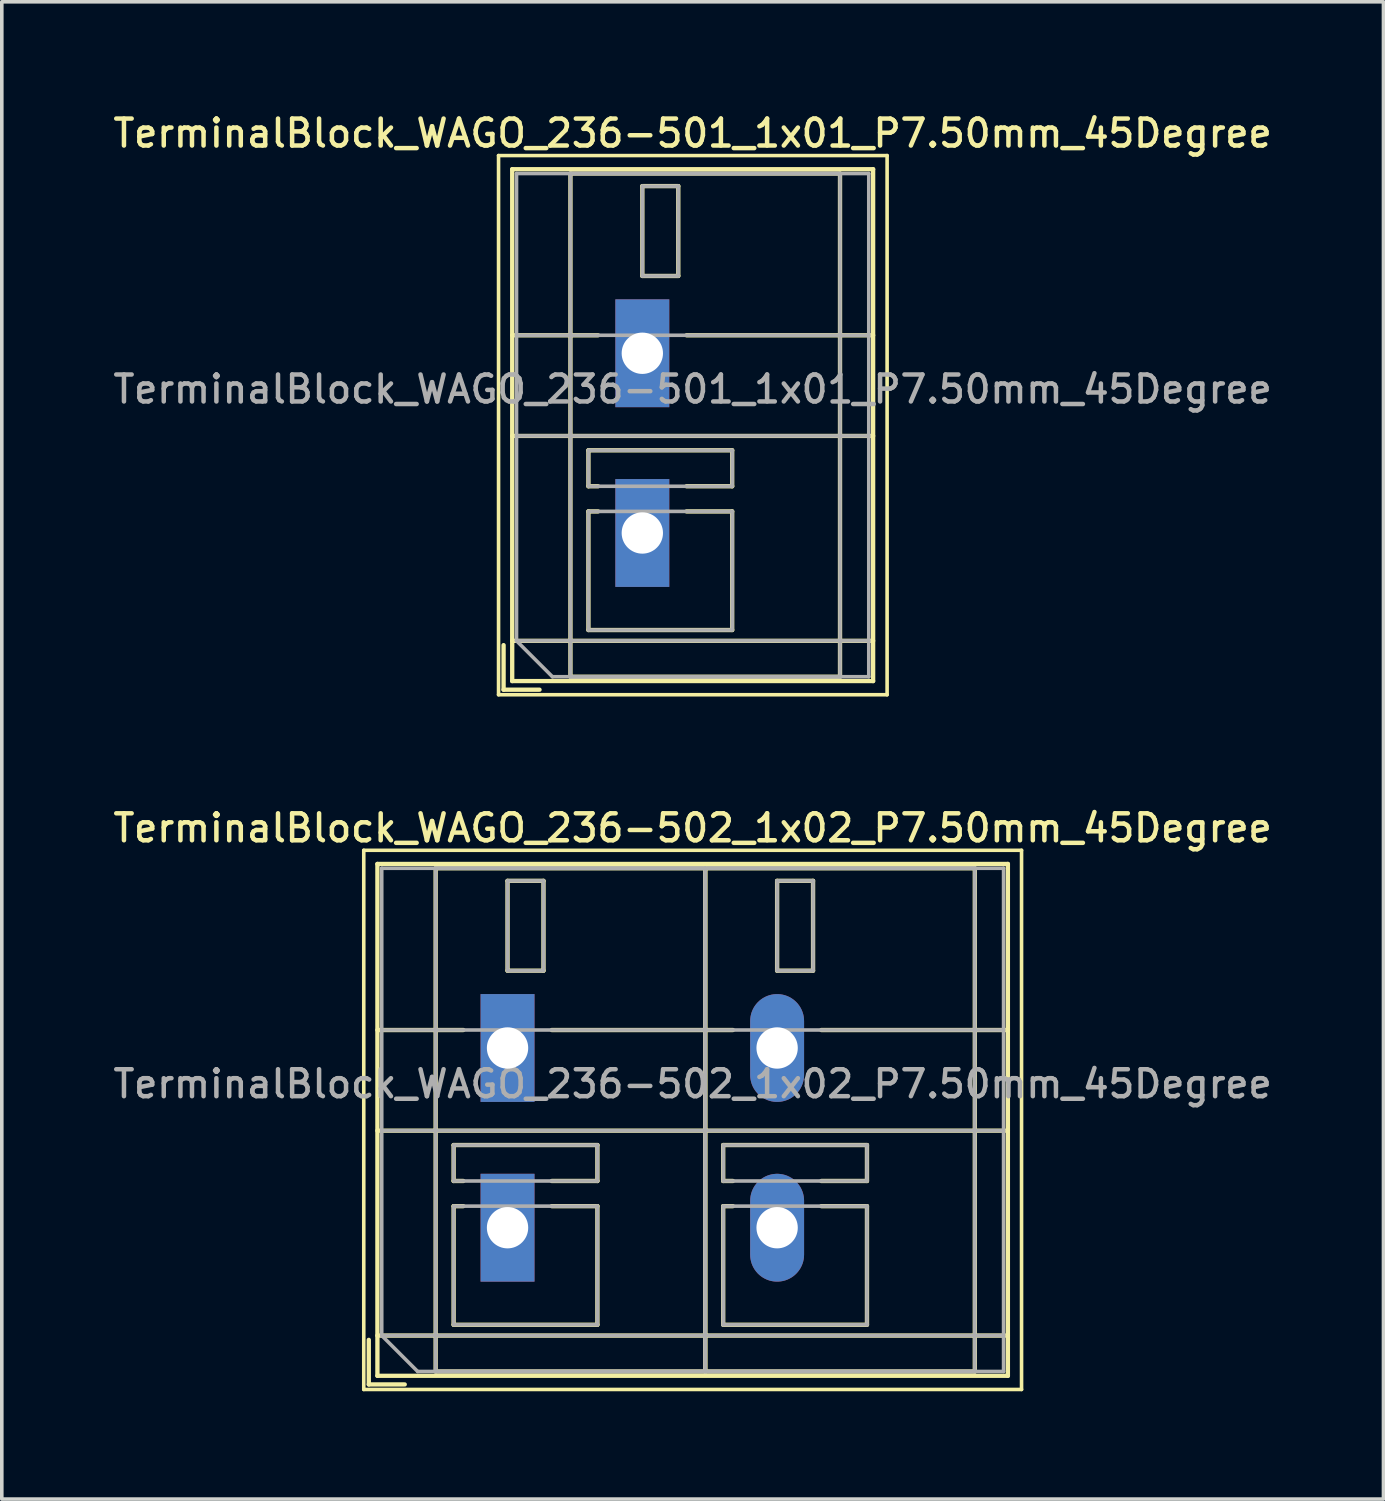
<source format=kicad_pcb>
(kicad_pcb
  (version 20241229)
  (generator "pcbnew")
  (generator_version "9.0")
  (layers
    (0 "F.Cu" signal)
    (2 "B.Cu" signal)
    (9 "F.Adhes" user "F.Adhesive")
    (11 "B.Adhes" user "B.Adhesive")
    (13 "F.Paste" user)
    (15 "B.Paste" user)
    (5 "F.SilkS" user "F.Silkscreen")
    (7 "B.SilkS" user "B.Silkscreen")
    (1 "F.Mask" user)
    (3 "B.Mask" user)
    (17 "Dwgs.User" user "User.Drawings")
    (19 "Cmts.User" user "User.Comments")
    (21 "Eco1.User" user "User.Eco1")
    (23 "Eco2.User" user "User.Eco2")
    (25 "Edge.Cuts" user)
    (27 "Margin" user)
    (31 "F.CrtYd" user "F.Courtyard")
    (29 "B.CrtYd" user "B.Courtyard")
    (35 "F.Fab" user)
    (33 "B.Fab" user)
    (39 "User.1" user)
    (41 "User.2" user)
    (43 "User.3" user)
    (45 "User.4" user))
  (footprint "TerminalBlock_WAGO_236-502_1x02_P7.50mm_45Degree"
    (layer "F.Cu")
    (at 11.07 26.106)
    (property "Reference" "TerminalBlock_WAGO_236-502_1x02_P7.50mm_45Degree" (at 5.15 -6.12 0) (layer "F.SilkS") (effects (font (size 0.75 0.75) (thickness 0.125))))
    (attr through_hole)
    (fp_line (start -4 -5.5) (end -4 9.5) (stroke (width 0.1) (type solid)) (layer "F.SilkS"))
    (fp_line (start -4 9.5) (end 14.3 9.5) (stroke (width 0.1) (type solid)) (layer "F.SilkS"))
    (fp_line (start -3.86 8.12) (end -3.86 9.36) (stroke (width 0.12) (type solid)) (layer "F.SilkS"))
    (fp_line (start -3.86 9.36) (end -2.86 9.36) (stroke (width 0.12) (type solid)) (layer "F.SilkS"))
    (fp_line (start -3.62 -5.12) (end -3.62 9.12) (stroke (width 0.12) (type solid)) (layer "F.SilkS"))
    (fp_line (start -3.62 -5.12) (end 13.92 -5.12) (stroke (width 0.12) (type solid)) (layer "F.SilkS"))
    (fp_line (start -3.62 -0.5) (end -1.23 -0.5) (stroke (width 0.12) (type solid)) (layer "F.SilkS"))
    (fp_line (start -3.62 2.3) (end 13.92 2.3) (stroke (width 0.12) (type solid)) (layer "F.SilkS"))
    (fp_line (start -3.62 8) (end 13.92 8) (stroke (width 0.12) (type solid)) (layer "F.SilkS"))
    (fp_line (start -3.62 9.12) (end 13.92 9.12) (stroke (width 0.12) (type solid)) (layer "F.SilkS"))
    (fp_line (start -2 -5) (end -2 9) (stroke (width 0.12) (type solid)) (layer "F.SilkS"))
    (fp_line (start -2 -5) (end 5.5 -5) (stroke (width 0.12) (type solid)) (layer "F.SilkS"))
    (fp_line (start -2 9) (end 5.5 9) (stroke (width 0.12) (type solid)) (layer "F.SilkS"))
    (fp_line (start -1.5 2.7) (end -1.5 3.7) (stroke (width 0.12) (type solid)) (layer "F.SilkS"))
    (fp_line (start -1.5 2.7) (end 2.5 2.7) (stroke (width 0.12) (type solid)) (layer "F.SilkS"))
    (fp_line (start -1.5 3.7) (end -1.23 3.7) (stroke (width 0.12) (type solid)) (layer "F.SilkS"))
    (fp_line (start -1.5 4.4) (end -1.5 7.7) (stroke (width 0.12) (type solid)) (layer "F.SilkS"))
    (fp_line (start -1.5 4.4) (end -1.23 4.4) (stroke (width 0.12) (type solid)) (layer "F.SilkS"))
    (fp_line (start -1.5 7.7) (end 2.5 7.7) (stroke (width 0.12) (type solid)) (layer "F.SilkS"))
    (fp_line (start 0 -4.65) (end 0 -2.151) (stroke (width 0.12) (type solid)) (layer "F.SilkS"))
    (fp_line (start 0 -4.65) (end 1 -4.65) (stroke (width 0.12) (type solid)) (layer "F.SilkS"))
    (fp_line (start 0 -2.151) (end 1 -2.151) (stroke (width 0.12) (type solid)) (layer "F.SilkS"))
    (fp_line (start 1 -4.65) (end 1 -2.151) (stroke (width 0.12) (type solid)) (layer "F.SilkS"))
    (fp_line (start 1.23 -0.5) (end 6.27 -0.5) (stroke (width 0.12) (type solid)) (layer "F.SilkS"))
    (fp_line (start 1.23 3.7) (end 2.5 3.7) (stroke (width 0.12) (type solid)) (layer "F.SilkS"))
    (fp_line (start 1.23 4.4) (end 2.5 4.4) (stroke (width 0.12) (type solid)) (layer "F.SilkS"))
    (fp_line (start 2.5 2.7) (end 2.5 3.7) (stroke (width 0.12) (type solid)) (layer "F.SilkS"))
    (fp_line (start 2.5 4.4) (end 2.5 7.7) (stroke (width 0.12) (type solid)) (layer "F.SilkS"))
    (fp_line (start 5.5 -5) (end 5.5 9) (stroke (width 0.12) (type solid)) (layer "F.SilkS"))
    (fp_line (start 5.5 -5) (end 5.5 9) (stroke (width 0.12) (type solid)) (layer "F.SilkS"))
    (fp_line (start 5.5 -5) (end 13 -5) (stroke (width 0.12) (type solid)) (layer "F.SilkS"))
    (fp_line (start 5.5 9) (end 13 9) (stroke (width 0.12) (type solid)) (layer "F.SilkS"))
    (fp_line (start 6 2.7) (end 6 3.7) (stroke (width 0.12) (type solid)) (layer "F.SilkS"))
    (fp_line (start 6 2.7) (end 10 2.7) (stroke (width 0.12) (type solid)) (layer "F.SilkS"))
    (fp_line (start 6 3.7) (end 6.27 3.7) (stroke (width 0.12) (type solid)) (layer "F.SilkS"))
    (fp_line (start 6 4.4) (end 6 7.7) (stroke (width 0.12) (type solid)) (layer "F.SilkS"))
    (fp_line (start 6 4.4) (end 6.27 4.4) (stroke (width 0.12) (type solid)) (layer "F.SilkS"))
    (fp_line (start 6 7.7) (end 10 7.7) (stroke (width 0.12) (type solid)) (layer "F.SilkS"))
    (fp_line (start 7.5 -4.65) (end 7.5 -2.151) (stroke (width 0.12) (type solid)) (layer "F.SilkS"))
    (fp_line (start 7.5 -4.65) (end 8.5 -4.65) (stroke (width 0.12) (type solid)) (layer "F.SilkS"))
    (fp_line (start 7.5 -2.151) (end 8.5 -2.151) (stroke (width 0.12) (type solid)) (layer "F.SilkS"))
    (fp_line (start 8.5 -4.65) (end 8.5 -2.151) (stroke (width 0.12) (type solid)) (layer "F.SilkS"))
    (fp_line (start 8.73 -0.5) (end 13.92 -0.5) (stroke (width 0.12) (type solid)) (layer "F.SilkS"))
    (fp_line (start 8.73 3.7) (end 10 3.7) (stroke (width 0.12) (type solid)) (layer "F.SilkS"))
    (fp_line (start 8.73 4.4) (end 10 4.4) (stroke (width 0.12) (type solid)) (layer "F.SilkS"))
    (fp_line (start 10 2.7) (end 10 3.7) (stroke (width 0.12) (type solid)) (layer "F.SilkS"))
    (fp_line (start 10 4.4) (end 10 7.7) (stroke (width 0.12) (type solid)) (layer "F.SilkS"))
    (fp_line (start 13 -5) (end 13 9) (stroke (width 0.12) (type solid)) (layer "F.SilkS"))
    (fp_line (start 13.92 -5.12) (end 13.92 9.12) (stroke (width 0.12) (type solid)) (layer "F.SilkS"))
    (fp_line (start 14.3 -5.5) (end -4 -5.5) (stroke (width 0.1) (type solid)) (layer "F.SilkS"))
    (fp_line (start 14.3 9.5) (end 14.3 -5.5) (stroke (width 0.1) (type solid)) (layer "F.SilkS"))
    (fp_line (start -3.5 -5) (end 13.8 -5) (stroke (width 0.1) (type solid)) (layer "F.Fab"))
    (fp_line (start -3.5 -0.5) (end 13.8 -0.5) (stroke (width 0.1) (type solid)) (layer "F.Fab"))
    (fp_line (start -3.5 2.3) (end 13.8 2.3) (stroke (width 0.1) (type solid)) (layer "F.Fab"))
    (fp_line (start -3.5 8) (end -3.5 -5) (stroke (width 0.1) (type solid)) (layer "F.Fab"))
    (fp_line (start -3.5 8) (end 13.8 8) (stroke (width 0.1) (type solid)) (layer "F.Fab"))
    (fp_line (start -2.5 9) (end -3.5 8) (stroke (width 0.1) (type solid)) (layer "F.Fab"))
    (fp_line (start -2 -5) (end -2 9) (stroke (width 0.1) (type solid)) (layer "F.Fab"))
    (fp_line (start -2 9) (end 5.5 9) (stroke (width 0.1) (type solid)) (layer "F.Fab"))
    (fp_line (start -1.5 2.7) (end -1.5 3.7) (stroke (width 0.1) (type solid)) (layer "F.Fab"))
    (fp_line (start -1.5 3.7) (end 2.5 3.7) (stroke (width 0.1) (type solid)) (layer "F.Fab"))
    (fp_line (start -1.5 4.4) (end -1.5 7.7) (stroke (width 0.1) (type solid)) (layer "F.Fab"))
    (fp_line (start -1.5 7.7) (end 2.5 7.7) (stroke (width 0.1) (type solid)) (layer "F.Fab"))
    (fp_line (start 0 -4.65) (end 0 -2.15) (stroke (width 0.1) (type solid)) (layer "F.Fab"))
    (fp_line (start 0 -2.15) (end 1 -2.15) (stroke (width 0.1) (type solid)) (layer "F.Fab"))
    (fp_line (start 1 -4.65) (end 0 -4.65) (stroke (width 0.1) (type solid)) (layer "F.Fab"))
    (fp_line (start 1 -2.15) (end 1 -4.65) (stroke (width 0.1) (type solid)) (layer "F.Fab"))
    (fp_line (start 2.5 2.7) (end -1.5 2.7) (stroke (width 0.1) (type solid)) (layer "F.Fab"))
    (fp_line (start 2.5 3.7) (end 2.5 2.7) (stroke (width 0.1) (type solid)) (layer "F.Fab"))
    (fp_line (start 2.5 4.4) (end -1.5 4.4) (stroke (width 0.1) (type solid)) (layer "F.Fab"))
    (fp_line (start 2.5 7.7) (end 2.5 4.4) (stroke (width 0.1) (type solid)) (layer "F.Fab"))
    (fp_line (start 5.5 -5) (end -2 -5) (stroke (width 0.1) (type solid)) (layer "F.Fab"))
    (fp_line (start 5.5 -5) (end 5.5 9) (stroke (width 0.1) (type solid)) (layer "F.Fab"))
    (fp_line (start 5.5 9) (end 5.5 -5) (stroke (width 0.1) (type solid)) (layer "F.Fab"))
    (fp_line (start 5.5 9) (end 13 9) (stroke (width 0.1) (type solid)) (layer "F.Fab"))
    (fp_line (start 6 2.7) (end 6 3.7) (stroke (width 0.1) (type solid)) (layer "F.Fab"))
    (fp_line (start 6 3.7) (end 10 3.7) (stroke (width 0.1) (type solid)) (layer "F.Fab"))
    (fp_line (start 6 4.4) (end 6 7.7) (stroke (width 0.1) (type solid)) (layer "F.Fab"))
    (fp_line (start 6 7.7) (end 10 7.7) (stroke (width 0.1) (type solid)) (layer "F.Fab"))
    (fp_line (start 7.5 -4.65) (end 7.5 -2.15) (stroke (width 0.1) (type solid)) (layer "F.Fab"))
    (fp_line (start 7.5 -2.15) (end 8.5 -2.15) (stroke (width 0.1) (type solid)) (layer "F.Fab"))
    (fp_line (start 8.5 -4.65) (end 7.5 -4.65) (stroke (width 0.1) (type solid)) (layer "F.Fab"))
    (fp_line (start 8.5 -2.15) (end 8.5 -4.65) (stroke (width 0.1) (type solid)) (layer "F.Fab"))
    (fp_line (start 10 2.7) (end 6 2.7) (stroke (width 0.1) (type solid)) (layer "F.Fab"))
    (fp_line (start 10 3.7) (end 10 2.7) (stroke (width 0.1) (type solid)) (layer "F.Fab"))
    (fp_line (start 10 4.4) (end 6 4.4) (stroke (width 0.1) (type solid)) (layer "F.Fab"))
    (fp_line (start 10 7.7) (end 10 4.4) (stroke (width 0.1) (type solid)) (layer "F.Fab"))
    (fp_line (start 13 -5) (end 5.5 -5) (stroke (width 0.1) (type solid)) (layer "F.Fab"))
    (fp_line (start 13 9) (end 13 -5) (stroke (width 0.1) (type solid)) (layer "F.Fab"))
    (fp_line (start 13.8 -5) (end 13.8 9) (stroke (width 0.1) (type solid)) (layer "F.Fab"))
    (fp_line (start 13.8 9) (end -2.5 9) (stroke (width 0.1) (type solid)) (layer "F.Fab"))
    (fp_text user "${REFERENCE}" (at 5.15 1 0) (layer "F.Fab") (effects (font (size 0.75 0.75) (thickness 0.125))))
    (pad "1" thru_hole rect (at 0 0) (size 1.5 3) (drill 1.15) (layers "*.Cu" "*.Mask"))
    (pad "1" thru_hole rect (at 0 5) (size 1.5 3) (drill 1.15) (layers "*.Cu" "*.Mask"))
    (pad "2" thru_hole oval (at 7.5 0) (size 1.5 3) (drill 1.15) (layers "*.Cu" "*.Mask"))
    (pad "2" thru_hole oval (at 7.5 5) (size 1.5 3) (drill 1.15) (layers "*.Cu" "*.Mask")))
  (footprint "TerminalBlock_WAGO_236-501_1x01_P7.50mm_45Degree"
    (layer "F.Cu")
    (at 14.82 6.778)
    (property "Reference" "TerminalBlock_WAGO_236-501_1x01_P7.50mm_45Degree" (at 1.4 -6.12 0) (layer "F.SilkS") (effects (font (size 0.75 0.75) (thickness 0.125))))
    (attr through_hole)
    (fp_line (start -4 -5.5) (end -4 9.5) (stroke (width 0.1) (type solid)) (layer "F.SilkS"))
    (fp_line (start -4 9.5) (end 6.81 9.5) (stroke (width 0.1) (type solid)) (layer "F.SilkS"))
    (fp_line (start -3.86 8.12) (end -3.86 9.36) (stroke (width 0.12) (type solid)) (layer "F.SilkS"))
    (fp_line (start -3.86 9.36) (end -2.86 9.36) (stroke (width 0.12) (type solid)) (layer "F.SilkS"))
    (fp_line (start -3.62 -5.12) (end -3.62 9.12) (stroke (width 0.12) (type solid)) (layer "F.SilkS"))
    (fp_line (start -3.62 -5.12) (end 6.421 -5.12) (stroke (width 0.12) (type solid)) (layer "F.SilkS"))
    (fp_line (start -3.62 -0.5) (end -1.23 -0.5) (stroke (width 0.12) (type solid)) (layer "F.SilkS"))
    (fp_line (start -3.62 2.3) (end 6.421 2.3) (stroke (width 0.12) (type solid)) (layer "F.SilkS"))
    (fp_line (start -3.62 8) (end 6.421 8) (stroke (width 0.12) (type solid)) (layer "F.SilkS"))
    (fp_line (start -3.62 9.12) (end 6.421 9.12) (stroke (width 0.12) (type solid)) (layer "F.SilkS"))
    (fp_line (start -2 -5) (end -2 9) (stroke (width 0.12) (type solid)) (layer "F.SilkS"))
    (fp_line (start -2 -5) (end 5.5 -5) (stroke (width 0.12) (type solid)) (layer "F.SilkS"))
    (fp_line (start -2 9) (end 5.5 9) (stroke (width 0.12) (type solid)) (layer "F.SilkS"))
    (fp_line (start -1.5 2.7) (end -1.5 3.7) (stroke (width 0.12) (type solid)) (layer "F.SilkS"))
    (fp_line (start -1.5 2.7) (end 2.5 2.7) (stroke (width 0.12) (type solid)) (layer "F.SilkS"))
    (fp_line (start -1.5 3.7) (end -1.23 3.7) (stroke (width 0.12) (type solid)) (layer "F.SilkS"))
    (fp_line (start -1.5 4.4) (end -1.5 7.7) (stroke (width 0.12) (type solid)) (layer "F.SilkS"))
    (fp_line (start -1.5 4.4) (end -1.23 4.4) (stroke (width 0.12) (type solid)) (layer "F.SilkS"))
    (fp_line (start -1.5 7.7) (end 2.5 7.7) (stroke (width 0.12) (type solid)) (layer "F.SilkS"))
    (fp_line (start 0 -4.65) (end 0 -2.151) (stroke (width 0.12) (type solid)) (layer "F.SilkS"))
    (fp_line (start 0 -4.65) (end 1 -4.65) (stroke (width 0.12) (type solid)) (layer "F.SilkS"))
    (fp_line (start 0 -2.151) (end 1 -2.151) (stroke (width 0.12) (type solid)) (layer "F.SilkS"))
    (fp_line (start 1 -4.65) (end 1 -2.151) (stroke (width 0.12) (type solid)) (layer "F.SilkS"))
    (fp_line (start 1.23 -0.5) (end 6.421 -0.5) (stroke (width 0.12) (type solid)) (layer "F.SilkS"))
    (fp_line (start 1.23 3.7) (end 2.5 3.7) (stroke (width 0.12) (type solid)) (layer "F.SilkS"))
    (fp_line (start 1.23 4.4) (end 2.5 4.4) (stroke (width 0.12) (type solid)) (layer "F.SilkS"))
    (fp_line (start 2.5 2.7) (end 2.5 3.7) (stroke (width 0.12) (type solid)) (layer "F.SilkS"))
    (fp_line (start 2.5 4.4) (end 2.5 7.7) (stroke (width 0.12) (type solid)) (layer "F.SilkS"))
    (fp_line (start 5.5 -5) (end 5.5 9) (stroke (width 0.12) (type solid)) (layer "F.SilkS"))
    (fp_line (start 6.421 -5.12) (end 6.421 9.12) (stroke (width 0.12) (type solid)) (layer "F.SilkS"))
    (fp_line (start 6.81 -5.5) (end -4 -5.5) (stroke (width 0.1) (type solid)) (layer "F.SilkS"))
    (fp_line (start 6.81 9.5) (end 6.81 -5.5) (stroke (width 0.1) (type solid)) (layer "F.SilkS"))
    (fp_line (start -3.5 -5) (end 6.3 -5) (stroke (width 0.1) (type solid)) (layer "F.Fab"))
    (fp_line (start -3.5 -0.5) (end 6.3 -0.5) (stroke (width 0.1) (type solid)) (layer "F.Fab"))
    (fp_line (start -3.5 2.3) (end 6.3 2.3) (stroke (width 0.1) (type solid)) (layer "F.Fab"))
    (fp_line (start -3.5 8) (end -3.5 -5) (stroke (width 0.1) (type solid)) (layer "F.Fab"))
    (fp_line (start -3.5 8) (end 6.3 8) (stroke (width 0.1) (type solid)) (layer "F.Fab"))
    (fp_line (start -2.5 9) (end -3.5 8) (stroke (width 0.1) (type solid)) (layer "F.Fab"))
    (fp_line (start -2 -5) (end -2 9) (stroke (width 0.1) (type solid)) (layer "F.Fab"))
    (fp_line (start -2 9) (end 5.5 9) (stroke (width 0.1) (type solid)) (layer "F.Fab"))
    (fp_line (start -1.5 2.7) (end -1.5 3.7) (stroke (width 0.1) (type solid)) (layer "F.Fab"))
    (fp_line (start -1.5 3.7) (end 2.5 3.7) (stroke (width 0.1) (type solid)) (layer "F.Fab"))
    (fp_line (start -1.5 4.4) (end -1.5 7.7) (stroke (width 0.1) (type solid)) (layer "F.Fab"))
    (fp_line (start -1.5 7.7) (end 2.5 7.7) (stroke (width 0.1) (type solid)) (layer "F.Fab"))
    (fp_line (start 0 -4.65) (end 0 -2.15) (stroke (width 0.1) (type solid)) (layer "F.Fab"))
    (fp_line (start 0 -2.15) (end 1 -2.15) (stroke (width 0.1) (type solid)) (layer "F.Fab"))
    (fp_line (start 1 -4.65) (end 0 -4.65) (stroke (width 0.1) (type solid)) (layer "F.Fab"))
    (fp_line (start 1 -2.15) (end 1 -4.65) (stroke (width 0.1) (type solid)) (layer "F.Fab"))
    (fp_line (start 2.5 2.7) (end -1.5 2.7) (stroke (width 0.1) (type solid)) (layer "F.Fab"))
    (fp_line (start 2.5 3.7) (end 2.5 2.7) (stroke (width 0.1) (type solid)) (layer "F.Fab"))
    (fp_line (start 2.5 4.4) (end -1.5 4.4) (stroke (width 0.1) (type solid)) (layer "F.Fab"))
    (fp_line (start 2.5 7.7) (end 2.5 4.4) (stroke (width 0.1) (type solid)) (layer "F.Fab"))
    (fp_line (start 5.5 -5) (end -2 -5) (stroke (width 0.1) (type solid)) (layer "F.Fab"))
    (fp_line (start 5.5 9) (end 5.5 -5) (stroke (width 0.1) (type solid)) (layer "F.Fab"))
    (fp_line (start 6.3 -5) (end 6.3 9) (stroke (width 0.1) (type solid)) (layer "F.Fab"))
    (fp_line (start 6.3 9) (end -2.5 9) (stroke (width 0.1) (type solid)) (layer "F.Fab"))
    (fp_text user "${REFERENCE}" (at 1.4 1 0) (layer "F.Fab") (effects (font (size 0.75 0.75) (thickness 0.125))))
    (pad "1" thru_hole rect (at 0 0) (size 1.5 3) (drill 1.15) (layers "*.Cu" "*.Mask"))
    (pad "1" thru_hole rect (at 0 5) (size 1.5 3) (drill 1.15) (layers "*.Cu" "*.Mask")))
  (gr_rect
    (start -3 -3)
    (end 35.439 38.656)
    (stroke (width 0.1) (type default))
    (fill no)
    (layer "Edge.Cuts")))
</source>
